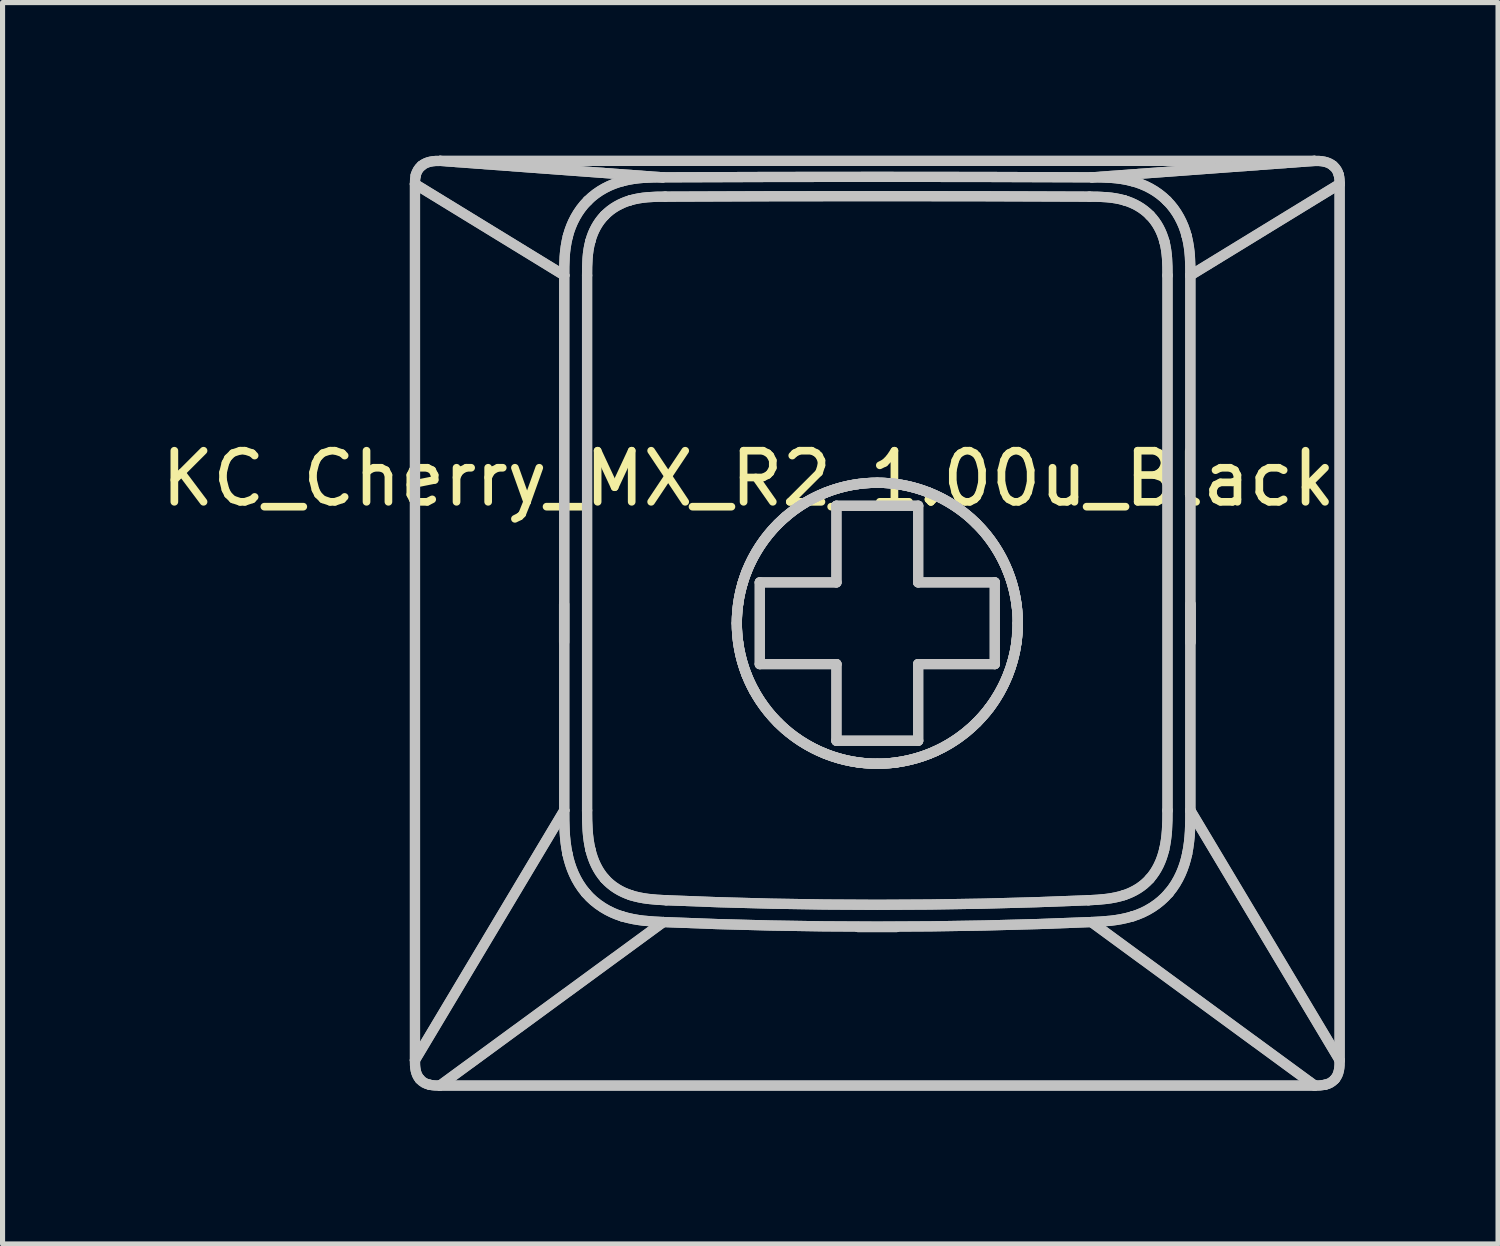
<source format=kicad_pcb>
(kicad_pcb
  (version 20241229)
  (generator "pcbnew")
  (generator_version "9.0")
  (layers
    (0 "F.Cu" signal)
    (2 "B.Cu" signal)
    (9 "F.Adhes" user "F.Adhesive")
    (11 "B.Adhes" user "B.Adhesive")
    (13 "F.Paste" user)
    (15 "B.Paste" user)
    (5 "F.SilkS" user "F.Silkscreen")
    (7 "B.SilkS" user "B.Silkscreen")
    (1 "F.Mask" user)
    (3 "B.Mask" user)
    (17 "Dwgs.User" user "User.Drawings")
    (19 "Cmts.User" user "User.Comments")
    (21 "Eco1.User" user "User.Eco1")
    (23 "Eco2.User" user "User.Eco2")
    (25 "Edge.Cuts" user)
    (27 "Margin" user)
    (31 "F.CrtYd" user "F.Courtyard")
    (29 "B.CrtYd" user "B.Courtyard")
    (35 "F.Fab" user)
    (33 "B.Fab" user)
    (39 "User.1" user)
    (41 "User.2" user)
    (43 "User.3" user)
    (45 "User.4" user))
  (footprint "KC_Cherry_MX_R2_1.00u_Black"
    (layer "F.Cu")
    (at 14.141 9.112)
    (property "Reference" "KC_Cherry_MX_R2_1.00u_Black" (at -2.54 -2.794 0) (layer "F.SilkS") (effects (font (size 1 1) (thickness 0.15))))
    (attr allow_missing_courtyard)
    (fp_line (start -9.068 -8.56) (end -6.146 -6.771) (stroke (width 0.2) (type default)) (layer "Dwgs.User"))
    (fp_line (start -9.068 -8.56) (end -6.146 -6.771) (stroke (width 0.2) (type default)) (layer "Dwgs.User"))
    (fp_line (start -9.068 8.591) (end -9.068 -8.56) (stroke (width 0.2) (type default)) (layer "Dwgs.User"))
    (fp_line (start -9.068 8.591) (end -9.068 -8.56) (stroke (width 0.2) (type default)) (layer "Dwgs.User"))
    (fp_line (start -9.068 8.591) (end -6.146 3.702) (stroke (width 0.2) (type default)) (layer "Dwgs.User"))
    (fp_line (start -9.068 8.591) (end -6.146 3.702) (stroke (width 0.2) (type default)) (layer "Dwgs.User"))
    (fp_line (start -8.58 9.088) (end -4.207 5.887) (stroke (width 0.2) (type default)) (layer "Dwgs.User"))
    (fp_line (start -8.58 9.088) (end -4.207 5.887) (stroke (width 0.2) (type default)) (layer "Dwgs.User"))
    (fp_line (start -8.575 -9.012) (end -4.216 -8.691) (stroke (width 0.2) (type default)) (layer "Dwgs.User"))
    (fp_line (start -8.575 -9.012) (end -4.216 -8.691) (stroke (width 0.2) (type default)) (layer "Dwgs.User"))
    (fp_line (start -8.575 -9.012) (end 8.539 -9.012) (stroke (width 0.2) (type default)) (layer "Dwgs.User"))
    (fp_line (start -8.575 -9.012) (end 8.539 -9.012) (stroke (width 0.2) (type default)) (layer "Dwgs.User"))
    (fp_line (start -6.149 0.412) (end -6.149 -0.338) (stroke (width 0.2) (type default)) (layer "Dwgs.User"))
    (fp_line (start -6.149 0.412) (end -6.149 -0.338) (stroke (width 0.2) (type default)) (layer "Dwgs.User"))
    (fp_line (start -6.146 -6.771) (end -6.146 3.702) (stroke (width 0.2) (type default)) (layer "Dwgs.User"))
    (fp_line (start -6.146 -6.771) (end -6.146 3.702) (stroke (width 0.2) (type default)) (layer "Dwgs.User"))
    (fp_line (start -5.699 -6.771) (end -5.699 3.702) (stroke (width 0.2) (type default)) (layer "Dwgs.User"))
    (fp_line (start -5.699 -6.771) (end -5.699 3.702) (stroke (width 0.2) (type default)) (layer "Dwgs.User"))
    (fp_line (start -2.318 -0.762) (end -0.818 -0.762) (stroke (width 0.2) (type default)) (layer "Dwgs.User"))
    (fp_line (start -2.318 -0.762) (end -0.818 -0.762) (stroke (width 0.2) (type default)) (layer "Dwgs.User"))
    (fp_line (start -2.318 0.838) (end -2.318 -0.762) (stroke (width 0.2) (type default)) (layer "Dwgs.User"))
    (fp_line (start -2.318 0.838) (end -2.318 -0.762) (stroke (width 0.2) (type default)) (layer "Dwgs.User"))
    (fp_line (start -0.818 -2.262) (end 0.782 -2.262) (stroke (width 0.2) (type default)) (layer "Dwgs.User"))
    (fp_line (start -0.818 -2.262) (end 0.782 -2.262) (stroke (width 0.2) (type default)) (layer "Dwgs.User"))
    (fp_line (start -0.818 -0.762) (end -0.818 -2.262) (stroke (width 0.2) (type default)) (layer "Dwgs.User"))
    (fp_line (start -0.818 -0.762) (end -0.818 -2.262) (stroke (width 0.2) (type default)) (layer "Dwgs.User"))
    (fp_line (start -0.818 0.838) (end -2.318 0.838) (stroke (width 0.2) (type default)) (layer "Dwgs.User"))
    (fp_line (start -0.818 0.838) (end -2.318 0.838) (stroke (width 0.2) (type default)) (layer "Dwgs.User"))
    (fp_line (start -0.818 2.338) (end -0.818 0.838) (stroke (width 0.2) (type default)) (layer "Dwgs.User"))
    (fp_line (start -0.818 2.338) (end -0.818 0.838) (stroke (width 0.2) (type default)) (layer "Dwgs.User"))
    (fp_line (start -0.393 5.985) (end 0.357 5.985) (stroke (width 0.2) (type default)) (layer "Dwgs.User"))
    (fp_line (start -0.393 5.985) (end 0.357 5.985) (stroke (width 0.2) (type default)) (layer "Dwgs.User"))
    (fp_line (start 0.782 -2.262) (end 0.782 -0.762) (stroke (width 0.2) (type default)) (layer "Dwgs.User"))
    (fp_line (start 0.782 -2.262) (end 0.782 -0.762) (stroke (width 0.2) (type default)) (layer "Dwgs.User"))
    (fp_line (start 0.782 -0.762) (end 2.282 -0.762) (stroke (width 0.2) (type default)) (layer "Dwgs.User"))
    (fp_line (start 0.782 -0.762) (end 2.282 -0.762) (stroke (width 0.2) (type default)) (layer "Dwgs.User"))
    (fp_line (start 0.782 0.838) (end 0.782 2.338) (stroke (width 0.2) (type default)) (layer "Dwgs.User"))
    (fp_line (start 0.782 0.838) (end 0.782 2.338) (stroke (width 0.2) (type default)) (layer "Dwgs.User"))
    (fp_line (start 0.782 2.338) (end -0.818 2.338) (stroke (width 0.2) (type default)) (layer "Dwgs.User"))
    (fp_line (start 0.782 2.338) (end -0.818 2.338) (stroke (width 0.2) (type default)) (layer "Dwgs.User"))
    (fp_line (start 2.282 -0.762) (end 2.282 0.838) (stroke (width 0.2) (type default)) (layer "Dwgs.User"))
    (fp_line (start 2.282 -0.762) (end 2.282 0.838) (stroke (width 0.2) (type default)) (layer "Dwgs.User"))
    (fp_line (start 2.282 0.838) (end 0.782 0.838) (stroke (width 0.2) (type default)) (layer "Dwgs.User"))
    (fp_line (start 2.282 0.838) (end 0.782 0.838) (stroke (width 0.2) (type default)) (layer "Dwgs.User"))
    (fp_line (start 2.707 0.412) (end 2.732 0.038) (stroke (width 0.2) (type default)) (layer "Dwgs.User"))
    (fp_line (start 4.181 -8.691) (end 8.539 -9.012) (stroke (width 0.2) (type default)) (layer "Dwgs.User"))
    (fp_line (start 4.181 -8.691) (end 8.539 -9.012) (stroke (width 0.2) (type default)) (layer "Dwgs.User"))
    (fp_line (start 5.663 3.702) (end 5.663 -6.771) (stroke (width 0.2) (type default)) (layer "Dwgs.User"))
    (fp_line (start 5.663 3.702) (end 5.663 -6.771) (stroke (width 0.2) (type default)) (layer "Dwgs.User"))
    (fp_line (start 6.11 -6.771) (end 9.032 -8.56) (stroke (width 0.2) (type default)) (layer "Dwgs.User"))
    (fp_line (start 6.11 -6.771) (end 9.032 -8.56) (stroke (width 0.2) (type default)) (layer "Dwgs.User"))
    (fp_line (start 6.11 3.702) (end 6.11 -6.771) (stroke (width 0.2) (type default)) (layer "Dwgs.User"))
    (fp_line (start 6.11 3.702) (end 6.11 -6.771) (stroke (width 0.2) (type default)) (layer "Dwgs.User"))
    (fp_line (start 6.113 0.412) (end 6.113 -0.338) (stroke (width 0.2) (type default)) (layer "Dwgs.User"))
    (fp_line (start 6.113 0.412) (end 6.113 -0.338) (stroke (width 0.2) (type default)) (layer "Dwgs.User"))
    (fp_line (start 8.544 9.088) (end -8.58 9.088) (stroke (width 0.2) (type default)) (layer "Dwgs.User"))
    (fp_line (start 8.544 9.088) (end -8.58 9.088) (stroke (width 0.2) (type default)) (layer "Dwgs.User"))
    (fp_line (start 8.544 9.088) (end 4.172 5.887) (stroke (width 0.2) (type default)) (layer "Dwgs.User"))
    (fp_line (start 8.544 9.088) (end 4.172 5.887) (stroke (width 0.2) (type default)) (layer "Dwgs.User"))
    (fp_line (start 9.032 -8.56) (end 9.032 8.591) (stroke (width 0.2) (type default)) (layer "Dwgs.User"))
    (fp_line (start 9.032 -8.56) (end 9.032 8.591) (stroke (width 0.2) (type default)) (layer "Dwgs.User"))
    (fp_line (start 9.032 8.591) (end 6.11 3.702) (stroke (width 0.2) (type default)) (layer "Dwgs.User"))
    (fp_line (start 9.032 8.591) (end 6.11 3.702) (stroke (width 0.2) (type default)) (layer "Dwgs.User"))
    (fp_curve (pts (xy -9.068 -8.56) (xy -9.07 -8.619) (xy -9.065 -8.678) (xy -9.052 -8.736)) (stroke (width 0.2) (type default)) (layer "Dwgs.User"))
    (fp_curve (pts (xy -9.068 -8.56) (xy -9.07 -8.619) (xy -9.065 -8.678) (xy -9.052 -8.736)) (stroke (width 0.2) (type default)) (layer "Dwgs.User"))
    (fp_curve (pts (xy -9.052 -8.736) (xy -9.033 -8.809) (xy -8.995 -8.87) (xy -8.938 -8.918)) (stroke (width 0.2) (type default)) (layer "Dwgs.User"))
    (fp_curve (pts (xy -9.052 -8.736) (xy -9.033 -8.809) (xy -8.995 -8.87) (xy -8.938 -8.918)) (stroke (width 0.2) (type default)) (layer "Dwgs.User"))
    (fp_curve (pts (xy -8.974 8.961) (xy -9.062 8.86) (xy -9.07 8.719) (xy -9.068 8.591)) (stroke (width 0.2) (type default)) (layer "Dwgs.User"))
    (fp_curve (pts (xy -8.974 8.961) (xy -9.062 8.86) (xy -9.07 8.719) (xy -9.068 8.591)) (stroke (width 0.2) (type default)) (layer "Dwgs.User"))
    (fp_curve (pts (xy -8.938 -8.918) (xy -8.837 -9.002) (xy -8.701 -9.015) (xy -8.575 -9.012)) (stroke (width 0.2) (type default)) (layer "Dwgs.User"))
    (fp_curve (pts (xy -8.938 -8.918) (xy -8.837 -9.002) (xy -8.701 -9.015) (xy -8.575 -9.012)) (stroke (width 0.2) (type default)) (layer "Dwgs.User"))
    (fp_curve (pts (xy -8.78 9.072) (xy -8.857 9.057) (xy -8.922 9.02) (xy -8.974 8.961)) (stroke (width 0.2) (type default)) (layer "Dwgs.User"))
    (fp_curve (pts (xy -8.78 9.072) (xy -8.857 9.057) (xy -8.922 9.02) (xy -8.974 8.961)) (stroke (width 0.2) (type default)) (layer "Dwgs.User"))
    (fp_curve (pts (xy -8.58 9.088) (xy -8.647 9.09) (xy -8.714 9.085) (xy -8.78 9.072)) (stroke (width 0.2) (type default)) (layer "Dwgs.User"))
    (fp_curve (pts (xy -8.58 9.088) (xy -8.647 9.09) (xy -8.714 9.085) (xy -8.78 9.072)) (stroke (width 0.2) (type default)) (layer "Dwgs.User"))
    (fp_curve (pts (xy -6.146 -6.771) (xy -6.146 -6.995) (xy -6.148 -7.259) (xy -6.074 -7.542)) (stroke (width 0.2) (type default)) (layer "Dwgs.User"))
    (fp_curve (pts (xy -6.146 -6.771) (xy -6.146 -6.995) (xy -6.148 -7.259) (xy -6.074 -7.542)) (stroke (width 0.2) (type default)) (layer "Dwgs.User"))
    (fp_curve (pts (xy -6.082 4.557) (xy -6.147 4.248) (xy -6.145 3.961) (xy -6.146 3.702)) (stroke (width 0.2) (type default)) (layer "Dwgs.User"))
    (fp_curve (pts (xy -6.082 4.557) (xy -6.147 4.248) (xy -6.145 3.961) (xy -6.146 3.702)) (stroke (width 0.2) (type default)) (layer "Dwgs.User"))
    (fp_curve (pts (xy -6.074 -7.542) (xy -6.011 -7.787) (xy -5.881 -8.04) (xy -5.687 -8.232)) (stroke (width 0.2) (type default)) (layer "Dwgs.User"))
    (fp_curve (pts (xy -6.074 -7.542) (xy -6.011 -7.787) (xy -5.881 -8.04) (xy -5.687 -8.232)) (stroke (width 0.2) (type default)) (layer "Dwgs.User"))
    (fp_curve (pts (xy -5.724 5.317) (xy -5.923 5.084) (xy -6.029 4.809) (xy -6.082 4.557)) (stroke (width 0.2) (type default)) (layer "Dwgs.User"))
    (fp_curve (pts (xy -5.724 5.317) (xy -5.923 5.084) (xy -6.029 4.809) (xy -6.082 4.557)) (stroke (width 0.2) (type default)) (layer "Dwgs.User"))
    (fp_curve (pts (xy -5.699 -6.771) (xy -5.699 -6.995) (xy -5.695 -7.223) (xy -5.635 -7.44)) (stroke (width 0.2) (type default)) (layer "Dwgs.User"))
    (fp_curve (pts (xy -5.699 -6.771) (xy -5.699 -6.995) (xy -5.695 -7.223) (xy -5.635 -7.44)) (stroke (width 0.2) (type default)) (layer "Dwgs.User"))
    (fp_curve (pts (xy -5.687 -8.232) (xy -5.491 -8.43) (xy -5.24 -8.556) (xy -4.999 -8.617)) (stroke (width 0.2) (type default)) (layer "Dwgs.User"))
    (fp_curve (pts (xy -5.687 -8.232) (xy -5.491 -8.43) (xy -5.24 -8.556) (xy -4.999 -8.617)) (stroke (width 0.2) (type default)) (layer "Dwgs.User"))
    (fp_curve (pts (xy -5.635 -7.44) (xy -5.585 -7.629) (xy -5.491 -7.807) (xy -5.356 -7.945)) (stroke (width 0.2) (type default)) (layer "Dwgs.User"))
    (fp_curve (pts (xy -5.635 -7.44) (xy -5.585 -7.629) (xy -5.491 -7.807) (xy -5.356 -7.945)) (stroke (width 0.2) (type default)) (layer "Dwgs.User"))
    (fp_curve (pts (xy -5.632 4.475) (xy -5.693 4.223) (xy -5.699 3.961) (xy -5.699 3.702)) (stroke (width 0.2) (type default)) (layer "Dwgs.User"))
    (fp_curve (pts (xy -5.632 4.475) (xy -5.693 4.223) (xy -5.699 3.961) (xy -5.699 3.702)) (stroke (width 0.2) (type default)) (layer "Dwgs.User"))
    (fp_curve (pts (xy -5.356 -7.945) (xy -5.218 -8.088) (xy -5.041 -8.186) (xy -4.853 -8.241)) (stroke (width 0.2) (type default)) (layer "Dwgs.User"))
    (fp_curve (pts (xy -5.356 -7.945) (xy -5.218 -8.088) (xy -5.041 -8.186) (xy -4.853 -8.241)) (stroke (width 0.2) (type default)) (layer "Dwgs.User"))
    (fp_curve (pts (xy -5.351 5.039) (xy -5.492 4.881) (xy -5.582 4.682) (xy -5.632 4.475)) (stroke (width 0.2) (type default)) (layer "Dwgs.User"))
    (fp_curve (pts (xy -5.351 5.039) (xy -5.492 4.881) (xy -5.582 4.682) (xy -5.632 4.475)) (stroke (width 0.2) (type default)) (layer "Dwgs.User"))
    (fp_curve (pts (xy -5.019 5.774) (xy -5.269 5.699) (xy -5.535 5.541) (xy -5.724 5.317)) (stroke (width 0.2) (type default)) (layer "Dwgs.User"))
    (fp_curve (pts (xy -5.019 5.774) (xy -5.269 5.699) (xy -5.535 5.541) (xy -5.724 5.317)) (stroke (width 0.2) (type default)) (layer "Dwgs.User"))
    (fp_curve (pts (xy -4.999 -8.617) (xy -4.715 -8.691) (xy -4.448 -8.689) (xy -4.216 -8.691)) (stroke (width 0.2) (type default)) (layer "Dwgs.User"))
    (fp_curve (pts (xy -4.999 -8.617) (xy -4.715 -8.691) (xy -4.448 -8.689) (xy -4.216 -8.691)) (stroke (width 0.2) (type default)) (layer "Dwgs.User"))
    (fp_curve (pts (xy -4.853 -8.241) (xy -4.632 -8.305) (xy -4.399 -8.313) (xy -4.169 -8.313)) (stroke (width 0.2) (type default)) (layer "Dwgs.User"))
    (fp_curve (pts (xy -4.853 -8.241) (xy -4.632 -8.305) (xy -4.399 -8.313) (xy -4.169 -8.313)) (stroke (width 0.2) (type default)) (layer "Dwgs.User"))
    (fp_curve (pts (xy -4.851 5.359) (xy -5.04 5.297) (xy -5.217 5.19) (xy -5.351 5.039)) (stroke (width 0.2) (type default)) (layer "Dwgs.User"))
    (fp_curve (pts (xy -4.851 5.359) (xy -5.04 5.297) (xy -5.217 5.19) (xy -5.351 5.039)) (stroke (width 0.2) (type default)) (layer "Dwgs.User"))
    (fp_curve (pts (xy -4.207 5.887) (xy -4.446 5.875) (xy -4.72 5.866) (xy -5.019 5.774)) (stroke (width 0.2) (type default)) (layer "Dwgs.User"))
    (fp_curve (pts (xy -4.207 5.887) (xy -4.446 5.875) (xy -4.72 5.866) (xy -5.019 5.774)) (stroke (width 0.2) (type default)) (layer "Dwgs.User"))
    (fp_curve (pts (xy -4.207 5.887) (xy -1.43 6.007) (xy 1.395 6.007) (xy 4.172 5.887)) (stroke (width 0.2) (type default)) (layer "Dwgs.User"))
    (fp_curve (pts (xy -4.207 5.887) (xy -1.43 6.007) (xy 1.395 6.007) (xy 4.172 5.887)) (stroke (width 0.2) (type default)) (layer "Dwgs.User"))
    (fp_curve (pts (xy -4.151 5.46) (xy -4.387 5.45) (xy -4.626 5.433) (xy -4.851 5.359)) (stroke (width 0.2) (type default)) (layer "Dwgs.User"))
    (fp_curve (pts (xy -4.151 5.46) (xy -4.387 5.45) (xy -4.626 5.433) (xy -4.851 5.359)) (stroke (width 0.2) (type default)) (layer "Dwgs.User"))
    (fp_curve (pts (xy -4.151 5.46) (xy -1.411 5.579) (xy 1.376 5.579) (xy 4.116 5.46)) (stroke (width 0.2) (type default)) (layer "Dwgs.User"))
    (fp_curve (pts (xy -4.151 5.46) (xy -1.411 5.579) (xy 1.376 5.579) (xy 4.116 5.46)) (stroke (width 0.2) (type default)) (layer "Dwgs.User"))
    (fp_curve (pts (xy -2.768 0.038) (xy -2.768 0.361) (xy -2.709 0.711) (xy -2.575 1.05)) (stroke (width 0.2) (type default)) (layer "Dwgs.User"))
    (fp_curve (pts (xy -2.768 0.038) (xy -2.768 0.361) (xy -2.709 0.711) (xy -2.575 1.05)) (stroke (width 0.2) (type default)) (layer "Dwgs.User"))
    (fp_curve (pts (xy -2.742 -0.338) (xy -2.776 -0.088) (xy -2.776 0.162) (xy -2.742 0.412)) (stroke (width 0.2) (type default)) (layer "Dwgs.User"))
    (fp_curve (pts (xy -2.742 -0.338) (xy -2.776 -0.088) (xy -2.776 0.162) (xy -2.742 0.412)) (stroke (width 0.2) (type default)) (layer "Dwgs.User"))
    (fp_curve (pts (xy -2.742 -0.338) (xy -2.722 -0.48) (xy -2.693 -0.617) (xy -2.653 -0.749)) (stroke (width 0.2) (type default)) (layer "Dwgs.User"))
    (fp_curve (pts (xy -2.742 -0.338) (xy -2.722 -0.48) (xy -2.693 -0.617) (xy -2.653 -0.749)) (stroke (width 0.2) (type default)) (layer "Dwgs.User"))
    (fp_curve (pts (xy -2.653 -0.749) (xy -2.514 -1.224) (xy -2.22 -1.7) (xy -1.808 -2.05)) (stroke (width 0.2) (type default)) (layer "Dwgs.User"))
    (fp_curve (pts (xy -2.653 -0.749) (xy -2.514 -1.224) (xy -2.22 -1.7) (xy -1.808 -2.05)) (stroke (width 0.2) (type default)) (layer "Dwgs.User"))
    (fp_curve (pts (xy -2.575 -0.975) (xy -2.709 -0.636) (xy -2.768 -0.286) (xy -2.768 0.038)) (stroke (width 0.2) (type default)) (layer "Dwgs.User"))
    (fp_curve (pts (xy -2.575 -0.975) (xy -2.709 -0.636) (xy -2.768 -0.286) (xy -2.768 0.038)) (stroke (width 0.2) (type default)) (layer "Dwgs.User"))
    (fp_curve (pts (xy -2.575 1.05) (xy -2.441 1.389) (xy -2.231 1.714) (xy -1.962 1.982)) (stroke (width 0.2) (type default)) (layer "Dwgs.User"))
    (fp_curve (pts (xy -2.575 1.05) (xy -2.441 1.389) (xy -2.231 1.714) (xy -1.962 1.982)) (stroke (width 0.2) (type default)) (layer "Dwgs.User"))
    (fp_curve (pts (xy -2.428 1.362) (xy -2.589 1.071) (xy -2.697 0.744) (xy -2.742 0.412)) (stroke (width 0.2) (type default)) (layer "Dwgs.User"))
    (fp_curve (pts (xy -2.428 1.362) (xy -2.589 1.071) (xy -2.697 0.744) (xy -2.742 0.412)) (stroke (width 0.2) (type default)) (layer "Dwgs.User"))
    (fp_curve (pts (xy -1.962 -1.907) (xy -2.231 -1.639) (xy -2.441 -1.313) (xy -2.575 -0.975)) (stroke (width 0.2) (type default)) (layer "Dwgs.User"))
    (fp_curve (pts (xy -1.962 -1.907) (xy -2.231 -1.639) (xy -2.441 -1.313) (xy -2.575 -0.975)) (stroke (width 0.2) (type default)) (layer "Dwgs.User"))
    (fp_curve (pts (xy -1.962 1.982) (xy -1.694 2.251) (xy -1.369 2.461) (xy -1.03 2.595)) (stroke (width 0.2) (type default)) (layer "Dwgs.User"))
    (fp_curve (pts (xy -1.962 1.982) (xy -1.694 2.251) (xy -1.369 2.461) (xy -1.03 2.595)) (stroke (width 0.2) (type default)) (layer "Dwgs.User"))
    (fp_curve (pts (xy -1.825 2.111) (xy -2.058 1.908) (xy -2.268 1.653) (xy -2.428 1.362)) (stroke (width 0.2) (type default)) (layer "Dwgs.User"))
    (fp_curve (pts (xy -1.825 2.111) (xy -2.058 1.908) (xy -2.268 1.653) (xy -2.428 1.362)) (stroke (width 0.2) (type default)) (layer "Dwgs.User"))
    (fp_curve (pts (xy -1.808 -2.05) (xy -1.399 -2.404) (xy -0.884 -2.622) (xy -0.393 -2.687)) (stroke (width 0.2) (type default)) (layer "Dwgs.User"))
    (fp_curve (pts (xy -1.808 -2.05) (xy -1.399 -2.404) (xy -0.884 -2.622) (xy -0.393 -2.687)) (stroke (width 0.2) (type default)) (layer "Dwgs.User"))
    (fp_curve (pts (xy -1.03 -2.519) (xy -1.369 -2.386) (xy -1.694 -2.176) (xy -1.962 -1.907)) (stroke (width 0.2) (type default)) (layer "Dwgs.User"))
    (fp_curve (pts (xy -1.03 -2.519) (xy -1.369 -2.386) (xy -1.694 -2.176) (xy -1.962 -1.907)) (stroke (width 0.2) (type default)) (layer "Dwgs.User"))
    (fp_curve (pts (xy -1.03 2.595) (xy -0.691 2.729) (xy -0.342 2.788) (xy -0.018 2.788)) (stroke (width 0.2) (type default)) (layer "Dwgs.User"))
    (fp_curve (pts (xy -1.03 2.595) (xy -0.691 2.729) (xy -0.342 2.788) (xy -0.018 2.788)) (stroke (width 0.2) (type default)) (layer "Dwgs.User"))
    (fp_curve (pts (xy -0.393 2.762) (xy -0.936 2.69) (xy -1.448 2.443) (xy -1.825 2.111)) (stroke (width 0.2) (type default)) (layer "Dwgs.User"))
    (fp_curve (pts (xy -0.393 2.762) (xy -0.936 2.69) (xy -1.448 2.443) (xy -1.825 2.111)) (stroke (width 0.2) (type default)) (layer "Dwgs.User"))
    (fp_curve (pts (xy -0.018 -2.712) (xy -0.342 -2.713) (xy -0.691 -2.654) (xy -1.03 -2.519)) (stroke (width 0.2) (type default)) (layer "Dwgs.User"))
    (fp_curve (pts (xy -0.018 -2.712) (xy -0.342 -2.713) (xy -0.691 -2.654) (xy -1.03 -2.519)) (stroke (width 0.2) (type default)) (layer "Dwgs.User"))
    (fp_curve (pts (xy -0.018 2.788) (xy 0.306 2.788) (xy 0.656 2.729) (xy 0.994 2.595)) (stroke (width 0.2) (type default)) (layer "Dwgs.User"))
    (fp_curve (pts (xy -0.018 2.788) (xy 0.306 2.788) (xy 0.656 2.729) (xy 0.994 2.595)) (stroke (width 0.2) (type default)) (layer "Dwgs.User"))
    (fp_curve (pts (xy 0.357 -2.687) (xy 0.107 -2.721) (xy -0.143 -2.721) (xy -0.393 -2.687)) (stroke (width 0.2) (type default)) (layer "Dwgs.User"))
    (fp_curve (pts (xy 0.357 -2.687) (xy 0.107 -2.721) (xy -0.143 -2.721) (xy -0.393 -2.687)) (stroke (width 0.2) (type default)) (layer "Dwgs.User"))
    (fp_curve (pts (xy 0.357 -2.687) (xy 0.892 -2.617) (xy 1.472 -2.359) (xy 1.911 -1.922)) (stroke (width 0.2) (type default)) (layer "Dwgs.User"))
    (fp_curve (pts (xy 0.357 -2.687) (xy 0.892 -2.617) (xy 1.472 -2.359) (xy 1.911 -1.922)) (stroke (width 0.2) (type default)) (layer "Dwgs.User"))
    (fp_curve (pts (xy 0.357 2.762) (xy 0.107 2.796) (xy -0.143 2.796) (xy -0.393 2.762)) (stroke (width 0.2) (type default)) (layer "Dwgs.User"))
    (fp_curve (pts (xy 0.357 2.762) (xy 0.107 2.796) (xy -0.143 2.796) (xy -0.393 2.762)) (stroke (width 0.2) (type default)) (layer "Dwgs.User"))
    (fp_curve (pts (xy 0.994 -2.519) (xy 0.656 -2.654) (xy 0.306 -2.713) (xy -0.018 -2.712)) (stroke (width 0.2) (type default)) (layer "Dwgs.User"))
    (fp_curve (pts (xy 0.994 -2.519) (xy 0.656 -2.654) (xy 0.306 -2.713) (xy -0.018 -2.712)) (stroke (width 0.2) (type default)) (layer "Dwgs.User"))
    (fp_curve (pts (xy 0.994 2.595) (xy 1.333 2.461) (xy 1.658 2.251) (xy 1.927 1.982)) (stroke (width 0.2) (type default)) (layer "Dwgs.User"))
    (fp_curve (pts (xy 0.994 2.595) (xy 1.333 2.461) (xy 1.658 2.251) (xy 1.927 1.982)) (stroke (width 0.2) (type default)) (layer "Dwgs.User"))
    (fp_curve (pts (xy 1.121 2.541) (xy 0.885 2.649) (xy 0.63 2.723) (xy 0.357 2.762)) (stroke (width 0.2) (type default)) (layer "Dwgs.User"))
    (fp_curve (pts (xy 1.121 2.541) (xy 0.885 2.649) (xy 0.63 2.723) (xy 0.357 2.762)) (stroke (width 0.2) (type default)) (layer "Dwgs.User"))
    (fp_curve (pts (xy 1.911 -1.922) (xy 2.355 -1.491) (xy 2.634 -0.899) (xy 2.706 -0.338)) (stroke (width 0.2) (type default)) (layer "Dwgs.User"))
    (fp_curve (pts (xy 1.911 -1.922) (xy 2.355 -1.491) (xy 2.634 -0.899) (xy 2.706 -0.338)) (stroke (width 0.2) (type default)) (layer "Dwgs.User"))
    (fp_curve (pts (xy 1.927 -1.907) (xy 1.658 -2.176) (xy 1.333 -2.386) (xy 0.994 -2.519)) (stroke (width 0.2) (type default)) (layer "Dwgs.User"))
    (fp_curve (pts (xy 1.927 -1.907) (xy 1.658 -2.176) (xy 1.333 -2.386) (xy 0.994 -2.519)) (stroke (width 0.2) (type default)) (layer "Dwgs.User"))
    (fp_curve (pts (xy 1.927 1.982) (xy 2.196 1.714) (xy 2.406 1.389) (xy 2.539 1.05)) (stroke (width 0.2) (type default)) (layer "Dwgs.User"))
    (fp_curve (pts (xy 1.927 1.982) (xy 2.196 1.714) (xy 2.406 1.389) (xy 2.539 1.05)) (stroke (width 0.2) (type default)) (layer "Dwgs.User"))
    (fp_curve (pts (xy 2.18 1.691) (xy 1.897 2.069) (xy 1.517 2.363) (xy 1.121 2.541)) (stroke (width 0.2) (type default)) (layer "Dwgs.User"))
    (fp_curve (pts (xy 2.18 1.691) (xy 1.897 2.069) (xy 1.517 2.363) (xy 1.121 2.541)) (stroke (width 0.2) (type default)) (layer "Dwgs.User"))
    (fp_curve (pts (xy 2.539 -0.975) (xy 2.406 -1.313) (xy 2.196 -1.639) (xy 1.927 -1.907)) (stroke (width 0.2) (type default)) (layer "Dwgs.User"))
    (fp_curve (pts (xy 2.539 -0.975) (xy 2.406 -1.313) (xy 2.196 -1.639) (xy 1.927 -1.907)) (stroke (width 0.2) (type default)) (layer "Dwgs.User"))
    (fp_curve (pts (xy 2.539 1.05) (xy 2.674 0.711) (xy 2.733 0.361) (xy 2.732 0.038)) (stroke (width 0.2) (type default)) (layer "Dwgs.User"))
    (fp_curve (pts (xy 2.539 1.05) (xy 2.674 0.711) (xy 2.733 0.361) (xy 2.732 0.038)) (stroke (width 0.2) (type default)) (layer "Dwgs.User"))
    (fp_curve (pts (xy 2.706 -0.338) (xy 2.724 -0.213) (xy 2.732 -0.088) (xy 2.732 0.038)) (stroke (width 0.2) (type default)) (layer "Dwgs.User"))
    (fp_curve (pts (xy 2.706 -0.338) (xy 2.724 -0.213) (xy 2.732 -0.088) (xy 2.732 0.038)) (stroke (width 0.2) (type default)) (layer "Dwgs.User"))
    (fp_curve (pts (xy 2.707 0.412) (xy 2.647 0.858) (xy 2.465 1.314) (xy 2.18 1.691)) (stroke (width 0.2) (type default)) (layer "Dwgs.User"))
    (fp_curve (pts (xy 2.707 0.412) (xy 2.647 0.858) (xy 2.465 1.314) (xy 2.18 1.691)) (stroke (width 0.2) (type default)) (layer "Dwgs.User"))
    (fp_curve (pts (xy 2.732 0.038) (xy 2.733 -0.286) (xy 2.674 -0.636) (xy 2.539 -0.975)) (stroke (width 0.2) (type default)) (layer "Dwgs.User"))
    (fp_curve (pts (xy 2.732 0.038) (xy 2.733 -0.286) (xy 2.674 -0.636) (xy 2.539 -0.975)) (stroke (width 0.2) (type default)) (layer "Dwgs.User"))
    (fp_curve (pts (xy 2.732 0.038) (xy 2.732 0.163) (xy 2.724 0.288) (xy 2.707 0.412)) (stroke (width 0.2) (type default)) (layer "Dwgs.User"))
    (fp_curve (pts (xy 2.732 0.038) (xy 2.732 0.163) (xy 2.724 0.288) (xy 2.707 0.412)) (stroke (width 0.2) (type default)) (layer "Dwgs.User"))
    (fp_curve (pts (xy 4.134 -8.313) (xy 1.38 -8.326) (xy -1.416 -8.326) (xy -4.169 -8.313)) (stroke (width 0.2) (type default)) (layer "Dwgs.User"))
    (fp_curve (pts (xy 4.134 -8.313) (xy 1.38 -8.326) (xy -1.416 -8.326) (xy -4.169 -8.313)) (stroke (width 0.2) (type default)) (layer "Dwgs.User"))
    (fp_curve (pts (xy 4.134 -8.313) (xy 4.363 -8.313) (xy 4.596 -8.305) (xy 4.817 -8.241)) (stroke (width 0.2) (type default)) (layer "Dwgs.User"))
    (fp_curve (pts (xy 4.134 -8.313) (xy 4.363 -8.313) (xy 4.596 -8.305) (xy 4.817 -8.241)) (stroke (width 0.2) (type default)) (layer "Dwgs.User"))
    (fp_curve (pts (xy 4.181 -8.691) (xy 1.396 -8.703) (xy -1.432 -8.703) (xy -4.216 -8.691)) (stroke (width 0.2) (type default)) (layer "Dwgs.User"))
    (fp_curve (pts (xy 4.181 -8.691) (xy 1.396 -8.703) (xy -1.432 -8.703) (xy -4.216 -8.691)) (stroke (width 0.2) (type default)) (layer "Dwgs.User"))
    (fp_curve (pts (xy 4.181 -8.691) (xy 4.413 -8.689) (xy 4.68 -8.691) (xy 4.964 -8.617)) (stroke (width 0.2) (type default)) (layer "Dwgs.User"))
    (fp_curve (pts (xy 4.181 -8.691) (xy 4.413 -8.689) (xy 4.68 -8.691) (xy 4.964 -8.617)) (stroke (width 0.2) (type default)) (layer "Dwgs.User"))
    (fp_curve (pts (xy 4.815 5.359) (xy 4.59 5.433) (xy 4.352 5.45) (xy 4.116 5.46)) (stroke (width 0.2) (type default)) (layer "Dwgs.User"))
    (fp_curve (pts (xy 4.815 5.359) (xy 4.59 5.433) (xy 4.352 5.45) (xy 4.116 5.46)) (stroke (width 0.2) (type default)) (layer "Dwgs.User"))
    (fp_curve (pts (xy 4.817 -8.241) (xy 5.005 -8.186) (xy 5.182 -8.088) (xy 5.32 -7.945)) (stroke (width 0.2) (type default)) (layer "Dwgs.User"))
    (fp_curve (pts (xy 4.817 -8.241) (xy 5.005 -8.186) (xy 5.182 -8.088) (xy 5.32 -7.945)) (stroke (width 0.2) (type default)) (layer "Dwgs.User"))
    (fp_curve (pts (xy 4.964 -8.617) (xy 5.205 -8.556) (xy 5.455 -8.43) (xy 5.652 -8.232)) (stroke (width 0.2) (type default)) (layer "Dwgs.User"))
    (fp_curve (pts (xy 4.964 -8.617) (xy 5.205 -8.556) (xy 5.455 -8.43) (xy 5.652 -8.232)) (stroke (width 0.2) (type default)) (layer "Dwgs.User"))
    (fp_curve (pts (xy 4.983 5.774) (xy 4.685 5.866) (xy 4.411 5.875) (xy 4.172 5.887)) (stroke (width 0.2) (type default)) (layer "Dwgs.User"))
    (fp_curve (pts (xy 4.983 5.774) (xy 4.685 5.866) (xy 4.411 5.875) (xy 4.172 5.887)) (stroke (width 0.2) (type default)) (layer "Dwgs.User"))
    (fp_curve (pts (xy 5.315 5.039) (xy 5.182 5.19) (xy 5.005 5.297) (xy 4.815 5.359)) (stroke (width 0.2) (type default)) (layer "Dwgs.User"))
    (fp_curve (pts (xy 5.315 5.039) (xy 5.182 5.19) (xy 5.005 5.297) (xy 4.815 5.359)) (stroke (width 0.2) (type default)) (layer "Dwgs.User"))
    (fp_curve (pts (xy 5.32 -7.945) (xy 5.456 -7.807) (xy 5.549 -7.629) (xy 5.6 -7.44)) (stroke (width 0.2) (type default)) (layer "Dwgs.User"))
    (fp_curve (pts (xy 5.32 -7.945) (xy 5.456 -7.807) (xy 5.549 -7.629) (xy 5.6 -7.44)) (stroke (width 0.2) (type default)) (layer "Dwgs.User"))
    (fp_curve (pts (xy 5.596 4.475) (xy 5.547 4.682) (xy 5.456 4.881) (xy 5.315 5.039)) (stroke (width 0.2) (type default)) (layer "Dwgs.User"))
    (fp_curve (pts (xy 5.596 4.475) (xy 5.547 4.682) (xy 5.456 4.881) (xy 5.315 5.039)) (stroke (width 0.2) (type default)) (layer "Dwgs.User"))
    (fp_curve (pts (xy 5.6 -7.44) (xy 5.659 -7.223) (xy 5.663 -6.995) (xy 5.663 -6.771)) (stroke (width 0.2) (type default)) (layer "Dwgs.User"))
    (fp_curve (pts (xy 5.6 -7.44) (xy 5.659 -7.223) (xy 5.663 -6.995) (xy 5.663 -6.771)) (stroke (width 0.2) (type default)) (layer "Dwgs.User"))
    (fp_curve (pts (xy 5.652 -8.232) (xy 5.845 -8.04) (xy 5.976 -7.787) (xy 6.038 -7.542)) (stroke (width 0.2) (type default)) (layer "Dwgs.User"))
    (fp_curve (pts (xy 5.652 -8.232) (xy 5.845 -8.04) (xy 5.976 -7.787) (xy 6.038 -7.542)) (stroke (width 0.2) (type default)) (layer "Dwgs.User"))
    (fp_curve (pts (xy 5.663 3.702) (xy 5.663 3.961) (xy 5.657 4.223) (xy 5.596 4.475)) (stroke (width 0.2) (type default)) (layer "Dwgs.User"))
    (fp_curve (pts (xy 5.663 3.702) (xy 5.663 3.961) (xy 5.657 4.223) (xy 5.596 4.475)) (stroke (width 0.2) (type default)) (layer "Dwgs.User"))
    (fp_curve (pts (xy 5.688 5.317) (xy 5.499 5.541) (xy 5.234 5.699) (xy 4.983 5.774)) (stroke (width 0.2) (type default)) (layer "Dwgs.User"))
    (fp_curve (pts (xy 5.688 5.317) (xy 5.499 5.541) (xy 5.234 5.699) (xy 4.983 5.774)) (stroke (width 0.2) (type default)) (layer "Dwgs.User"))
    (fp_curve (pts (xy 6.038 -7.542) (xy 6.112 -7.259) (xy 6.11 -6.995) (xy 6.11 -6.771)) (stroke (width 0.2) (type default)) (layer "Dwgs.User"))
    (fp_curve (pts (xy 6.038 -7.542) (xy 6.112 -7.259) (xy 6.11 -6.995) (xy 6.11 -6.771)) (stroke (width 0.2) (type default)) (layer "Dwgs.User"))
    (fp_curve (pts (xy 6.046 4.557) (xy 5.993 4.809) (xy 5.887 5.084) (xy 5.688 5.317)) (stroke (width 0.2) (type default)) (layer "Dwgs.User"))
    (fp_curve (pts (xy 6.046 4.557) (xy 5.993 4.809) (xy 5.887 5.084) (xy 5.688 5.317)) (stroke (width 0.2) (type default)) (layer "Dwgs.User"))
    (fp_curve (pts (xy 6.11 3.702) (xy 6.11 3.961) (xy 6.111 4.248) (xy 6.046 4.557)) (stroke (width 0.2) (type default)) (layer "Dwgs.User"))
    (fp_curve (pts (xy 6.11 3.702) (xy 6.11 3.961) (xy 6.111 4.248) (xy 6.046 4.557)) (stroke (width 0.2) (type default)) (layer "Dwgs.User"))
    (fp_curve (pts (xy 8.539 -9.012) (xy 8.665 -9.015) (xy 8.802 -9.002) (xy 8.902 -8.918)) (stroke (width 0.2) (type default)) (layer "Dwgs.User"))
    (fp_curve (pts (xy 8.539 -9.012) (xy 8.665 -9.015) (xy 8.802 -9.002) (xy 8.902 -8.918)) (stroke (width 0.2) (type default)) (layer "Dwgs.User"))
    (fp_curve (pts (xy 8.745 9.072) (xy 8.678 9.085) (xy 8.612 9.09) (xy 8.544 9.088)) (stroke (width 0.2) (type default)) (layer "Dwgs.User"))
    (fp_curve (pts (xy 8.745 9.072) (xy 8.678 9.085) (xy 8.612 9.09) (xy 8.544 9.088)) (stroke (width 0.2) (type default)) (layer "Dwgs.User"))
    (fp_curve (pts (xy 8.902 -8.918) (xy 8.96 -8.87) (xy 8.998 -8.809) (xy 9.016 -8.736)) (stroke (width 0.2) (type default)) (layer "Dwgs.User"))
    (fp_curve (pts (xy 8.902 -8.918) (xy 8.96 -8.87) (xy 8.998 -8.809) (xy 9.016 -8.736)) (stroke (width 0.2) (type default)) (layer "Dwgs.User"))
    (fp_curve (pts (xy 8.939 8.961) (xy 8.886 9.02) (xy 8.822 9.057) (xy 8.745 9.072)) (stroke (width 0.2) (type default)) (layer "Dwgs.User"))
    (fp_curve (pts (xy 8.939 8.961) (xy 8.886 9.02) (xy 8.822 9.057) (xy 8.745 9.072)) (stroke (width 0.2) (type default)) (layer "Dwgs.User"))
    (fp_curve (pts (xy 9.016 -8.736) (xy 9.029 -8.678) (xy 9.035 -8.619) (xy 9.032 -8.56)) (stroke (width 0.2) (type default)) (layer "Dwgs.User"))
    (fp_curve (pts (xy 9.016 -8.736) (xy 9.029 -8.678) (xy 9.035 -8.619) (xy 9.032 -8.56)) (stroke (width 0.2) (type default)) (layer "Dwgs.User"))
    (fp_curve (pts (xy 9.032 8.591) (xy 9.034 8.719) (xy 9.026 8.86) (xy 8.939 8.961)) (stroke (width 0.2) (type default)) (layer "Dwgs.User"))
    (fp_curve (pts (xy 9.032 8.591) (xy 9.034 8.719) (xy 9.026 8.86) (xy 8.939 8.961)) (stroke (width 0.2) (type default)) (layer "Dwgs.User")))
  (gr_rect
    (start -3 -3)
    (end 26.274 21.3)
    (stroke (width 0.1) (type default))
    (fill no)
    (layer "Edge.Cuts")))
</source>
